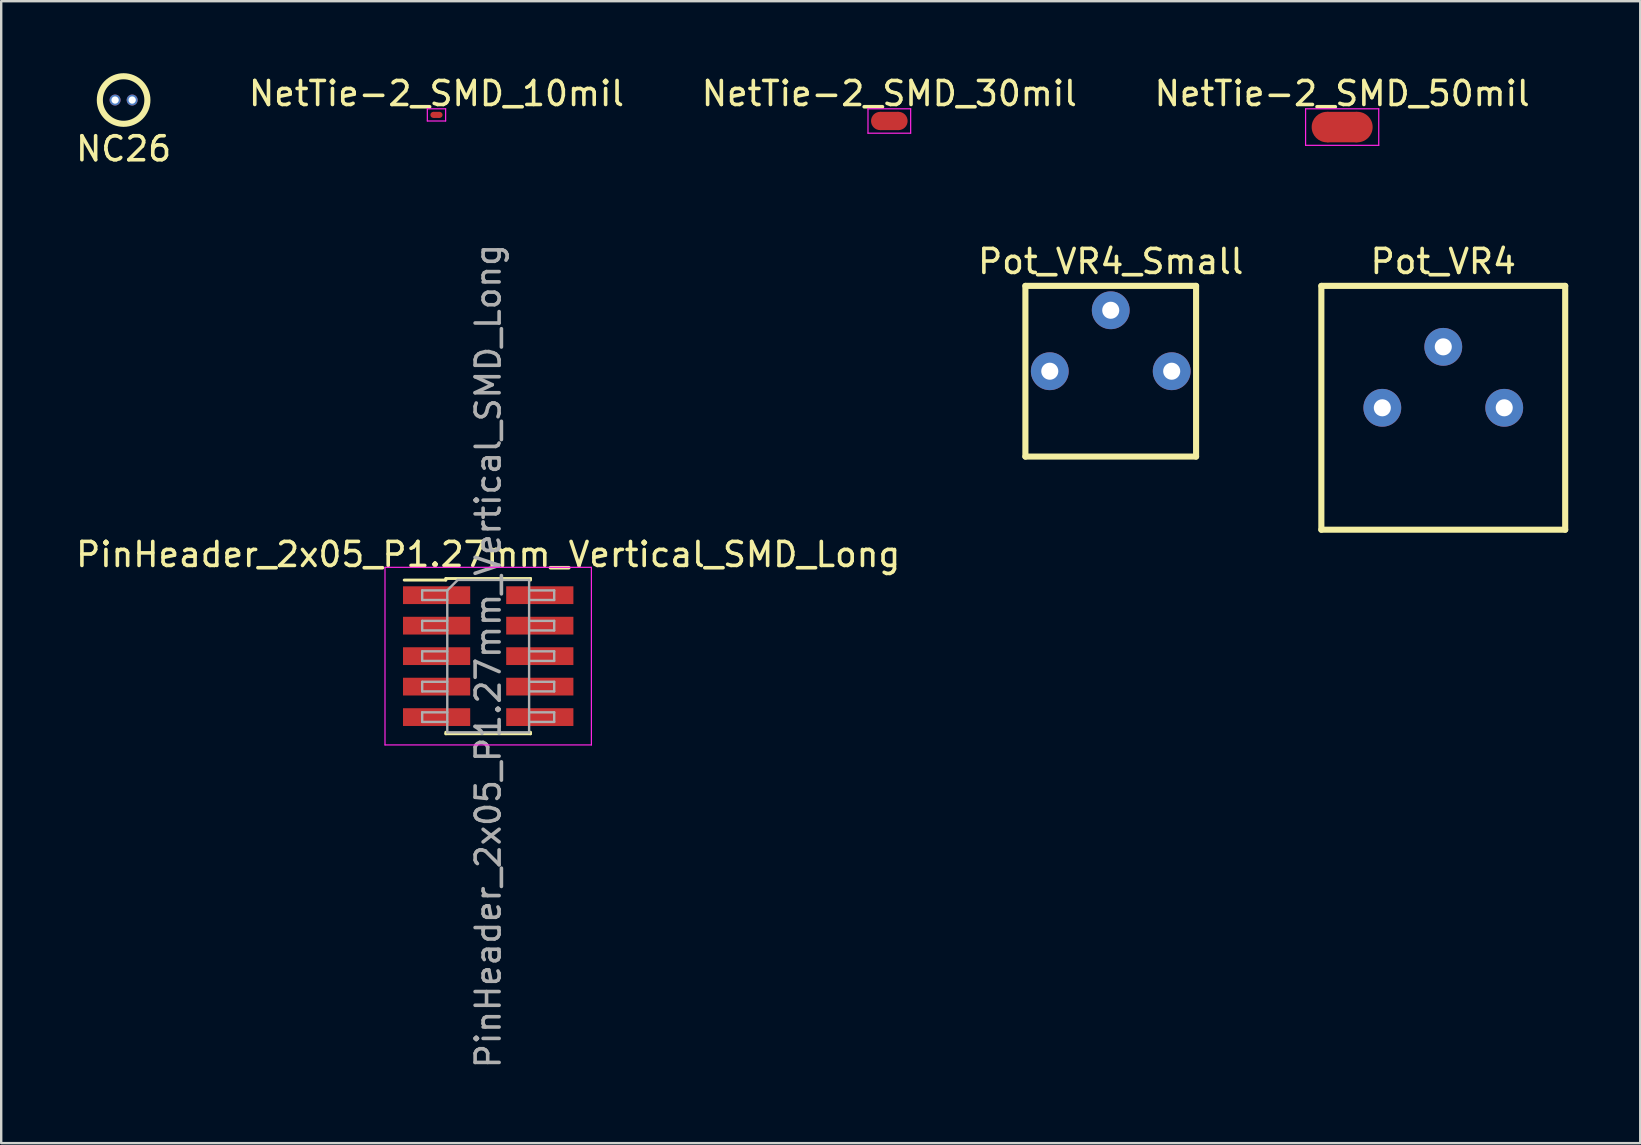
<source format=kicad_pcb>
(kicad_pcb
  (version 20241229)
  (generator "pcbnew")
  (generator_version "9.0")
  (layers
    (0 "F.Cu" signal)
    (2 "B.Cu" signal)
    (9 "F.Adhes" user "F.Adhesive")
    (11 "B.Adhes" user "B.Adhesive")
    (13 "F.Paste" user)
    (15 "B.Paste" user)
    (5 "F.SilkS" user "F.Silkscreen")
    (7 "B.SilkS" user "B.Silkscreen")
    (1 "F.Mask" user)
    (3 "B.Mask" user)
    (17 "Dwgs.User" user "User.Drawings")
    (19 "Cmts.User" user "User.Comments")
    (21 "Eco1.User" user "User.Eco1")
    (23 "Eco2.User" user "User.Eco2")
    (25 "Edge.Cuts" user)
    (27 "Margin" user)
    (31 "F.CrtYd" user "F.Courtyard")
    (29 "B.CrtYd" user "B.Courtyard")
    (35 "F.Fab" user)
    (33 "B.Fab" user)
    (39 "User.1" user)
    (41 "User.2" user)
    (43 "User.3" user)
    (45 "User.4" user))
  (footprint "Pot_VR4_Small"
    (layer "F.Cu")
    (at 43.232 12.418)
    (property "Reference" "Pot_VR4_Small" (at 0 -4.572 0) (layer "F.SilkS") (effects (font (size 1 1) (thickness 0.15))))
    (attr through_hole)
    (fp_line (start -3.556 -3.556) (end 3.556 -3.556) (stroke (width 0.254) (type solid)) (layer "F.SilkS"))
    (fp_line (start -3.556 3.556) (end -3.556 -3.556) (stroke (width 0.254) (type solid)) (layer "F.SilkS"))
    (fp_line (start -3.556 3.556) (end 3.556 3.556) (stroke (width 0.254) (type solid)) (layer "F.SilkS"))
    (fp_line (start 3.556 3.556) (end 3.556 -3.556) (stroke (width 0.254) (type solid)) (layer "F.SilkS"))
    (pad "1" thru_hole circle (at -2.54 0) (size 1.575 1.575) (drill 0.711) (layers "*.Cu" "*.Mask"))
    (pad "2" thru_hole circle (at 0 -2.54) (size 1.575 1.575) (drill 0.711) (layers "*.Cu" "*.Mask"))
    (pad "3" thru_hole circle (at 2.54 0) (size 1.575 1.575) (drill 0.711) (layers "*.Cu" "*.Mask")))
  (footprint "NetTie-2_SMD_30mil"
    (layer "F.Cu")
    (at 34.006 1.991)
    (property "Reference" "NetTie-2_SMD_30mil" (at 0 -1.143 0) (layer "F.SilkS") (effects (font (size 1 1) (thickness 0.15))))
    (attr exclude_from_pos_files exclude_from_bom)
    (fp_poly (pts (xy -0.381 -0.381) (xy 0.381 -0.381) (xy 0.381 0.381) (xy -0.381 0.381)) (stroke (width 0) (type solid)) (fill yes) (layer "F.Cu"))
    (fp_line (start -0.889 -0.508) (end 0.889 -0.508) (stroke (width 0.05) (type solid)) (layer "F.CrtYd"))
    (fp_line (start -0.889 0.508) (end -0.889 -0.508) (stroke (width 0.05) (type solid)) (layer "F.CrtYd"))
    (fp_line (start 0.889 -0.508) (end 0.889 0.508) (stroke (width 0.05) (type solid)) (layer "F.CrtYd"))
    (fp_line (start 0.889 0.508) (end -0.889 0.508) (stroke (width 0.05) (type solid)) (layer "F.CrtYd"))
    (pad "1" smd circle (at -0.381 0) (size 0.762 0.762) (layers "F.Cu"))
    (pad "2" smd circle (at 0.381 0) (size 0.762 0.762) (layers "F.Cu")))
  (footprint "NetTie-2_SMD_10mil"
    (layer "F.Cu")
    (at 15.137 1.737)
    (property "Reference" "NetTie-2_SMD_10mil" (at 0 -0.889 0) (layer "F.SilkS") (effects (font (size 1 1) (thickness 0.15))))
    (attr exclude_from_pos_files exclude_from_bom)
    (fp_poly (pts (xy -0.127 -0.127) (xy 0.127 -0.127) (xy 0.127 0.127) (xy -0.127 0.127)) (stroke (width 0) (type solid)) (fill yes) (layer "F.Cu"))
    (fp_line (start -0.381 -0.254) (end 0.381 -0.254) (stroke (width 0.05) (type solid)) (layer "F.CrtYd"))
    (fp_line (start -0.381 0.254) (end -0.381 -0.254) (stroke (width 0.05) (type solid)) (layer "F.CrtYd"))
    (fp_line (start 0.381 -0.254) (end 0.381 0.254) (stroke (width 0.05) (type solid)) (layer "F.CrtYd"))
    (fp_line (start 0.381 0.254) (end -0.381 0.254) (stroke (width 0.05) (type solid)) (layer "F.CrtYd"))
    (pad "1" smd circle (at -0.127 0) (size 0.254 0.254) (layers "F.Cu"))
    (pad "2" smd circle (at 0.127 0) (size 0.254 0.254) (layers "F.Cu")))
  (footprint "NC26"
    (layer "F.Cu")
    (at 2.101 1.118)
    (property "Reference" "NC26" (at 0 2.032 0) (layer "F.SilkS") (effects (font (size 1 1) (thickness 0.15))))
    (attr through_hole)
    (fp_circle (center 0 0) (end 0.991 0) (stroke (width 0.254) (type solid)) (fill no) (layer "F.SilkS"))
    (pad "1" thru_hole circle (at -0.356 0) (size 0.457 0.457) (drill 0.305) (layers "*.Cu" "*.Mask"))
    (pad "2" thru_hole circle (at 0.356 0) (size 0.457 0.457) (drill 0.305) (layers "*.Cu" "*.Mask")))
  (footprint "PinHeader_2x05_P1.27mm_Vertical_SMD_Long"
    (layer "F.Cu")
    (at 17.292 24.29)
    (property "Reference" "PinHeader_2x05_P1.27mm_Vertical_SMD_Long" (at 0 -4.235 0) (layer "F.SilkS") (effects (font (size 1 1) (thickness 0.15))))
    (attr smd)
    (fp_line (start -3.5 -3.17) (end -1.765 -3.17) (stroke (width 0.12) (type solid)) (layer "F.SilkS"))
    (fp_line (start -1.765 -3.235) (end -1.765 -3.17) (stroke (width 0.12) (type solid)) (layer "F.SilkS"))
    (fp_line (start -1.765 -3.235) (end 1.765 -3.235) (stroke (width 0.12) (type solid)) (layer "F.SilkS"))
    (fp_line (start -1.765 3.17) (end -1.765 3.235) (stroke (width 0.12) (type solid)) (layer "F.SilkS"))
    (fp_line (start -1.765 3.235) (end 1.765 3.235) (stroke (width 0.12) (type solid)) (layer "F.SilkS"))
    (fp_line (start 1.765 -3.235) (end 1.765 -3.17) (stroke (width 0.12) (type solid)) (layer "F.SilkS"))
    (fp_line (start 1.765 3.17) (end 1.765 3.235) (stroke (width 0.12) (type solid)) (layer "F.SilkS"))
    (fp_line (start -4.3 -3.7) (end -4.3 3.7) (stroke (width 0.05) (type solid)) (layer "F.CrtYd"))
    (fp_line (start -4.3 3.7) (end 4.3 3.7) (stroke (width 0.05) (type solid)) (layer "F.CrtYd"))
    (fp_line (start 4.3 -3.7) (end -4.3 -3.7) (stroke (width 0.05) (type solid)) (layer "F.CrtYd"))
    (fp_line (start 4.3 3.7) (end 4.3 -3.7) (stroke (width 0.05) (type solid)) (layer "F.CrtYd"))
    (fp_line (start -2.75 -2.74) (end -2.75 -2.34) (stroke (width 0.1) (type solid)) (layer "F.Fab"))
    (fp_line (start -2.75 -2.34) (end -1.705 -2.34) (stroke (width 0.1) (type solid)) (layer "F.Fab"))
    (fp_line (start -2.75 -1.47) (end -2.75 -1.07) (stroke (width 0.1) (type solid)) (layer "F.Fab"))
    (fp_line (start -2.75 -1.07) (end -1.705 -1.07) (stroke (width 0.1) (type solid)) (layer "F.Fab"))
    (fp_line (start -2.75 -0.2) (end -2.75 0.2) (stroke (width 0.1) (type solid)) (layer "F.Fab"))
    (fp_line (start -2.75 0.2) (end -1.705 0.2) (stroke (width 0.1) (type solid)) (layer "F.Fab"))
    (fp_line (start -2.75 1.07) (end -2.75 1.47) (stroke (width 0.1) (type solid)) (layer "F.Fab"))
    (fp_line (start -2.75 1.47) (end -1.705 1.47) (stroke (width 0.1) (type solid)) (layer "F.Fab"))
    (fp_line (start -2.75 2.34) (end -2.75 2.74) (stroke (width 0.1) (type solid)) (layer "F.Fab"))
    (fp_line (start -2.75 2.74) (end -1.705 2.74) (stroke (width 0.1) (type solid)) (layer "F.Fab"))
    (fp_line (start -1.705 -2.74) (end -2.75 -2.74) (stroke (width 0.1) (type solid)) (layer "F.Fab"))
    (fp_line (start -1.705 -2.74) (end -1.27 -3.175) (stroke (width 0.1) (type solid)) (layer "F.Fab"))
    (fp_line (start -1.705 -1.47) (end -2.75 -1.47) (stroke (width 0.1) (type solid)) (layer "F.Fab"))
    (fp_line (start -1.705 -0.2) (end -2.75 -0.2) (stroke (width 0.1) (type solid)) (layer "F.Fab"))
    (fp_line (start -1.705 1.07) (end -2.75 1.07) (stroke (width 0.1) (type solid)) (layer "F.Fab"))
    (fp_line (start -1.705 2.34) (end -2.75 2.34) (stroke (width 0.1) (type solid)) (layer "F.Fab"))
    (fp_line (start -1.705 3.175) (end -1.705 -2.74) (stroke (width 0.1) (type solid)) (layer "F.Fab"))
    (fp_line (start -1.27 -3.175) (end 1.705 -3.175) (stroke (width 0.1) (type solid)) (layer "F.Fab"))
    (fp_line (start 1.705 -3.175) (end 1.705 3.175) (stroke (width 0.1) (type solid)) (layer "F.Fab"))
    (fp_line (start 1.705 -2.74) (end 2.75 -2.74) (stroke (width 0.1) (type solid)) (layer "F.Fab"))
    (fp_line (start 1.705 -1.47) (end 2.75 -1.47) (stroke (width 0.1) (type solid)) (layer "F.Fab"))
    (fp_line (start 1.705 -0.2) (end 2.75 -0.2) (stroke (width 0.1) (type solid)) (layer "F.Fab"))
    (fp_line (start 1.705 1.07) (end 2.75 1.07) (stroke (width 0.1) (type solid)) (layer "F.Fab"))
    (fp_line (start 1.705 2.34) (end 2.75 2.34) (stroke (width 0.1) (type solid)) (layer "F.Fab"))
    (fp_line (start 1.705 3.175) (end -1.705 3.175) (stroke (width 0.1) (type solid)) (layer "F.Fab"))
    (fp_line (start 2.75 -2.74) (end 2.75 -2.34) (stroke (width 0.1) (type solid)) (layer "F.Fab"))
    (fp_line (start 2.75 -2.34) (end 1.705 -2.34) (stroke (width 0.1) (type solid)) (layer "F.Fab"))
    (fp_line (start 2.75 -1.47) (end 2.75 -1.07) (stroke (width 0.1) (type solid)) (layer "F.Fab"))
    (fp_line (start 2.75 -1.07) (end 1.705 -1.07) (stroke (width 0.1) (type solid)) (layer "F.Fab"))
    (fp_line (start 2.75 -0.2) (end 2.75 0.2) (stroke (width 0.1) (type solid)) (layer "F.Fab"))
    (fp_line (start 2.75 0.2) (end 1.705 0.2) (stroke (width 0.1) (type solid)) (layer "F.Fab"))
    (fp_line (start 2.75 1.07) (end 2.75 1.47) (stroke (width 0.1) (type solid)) (layer "F.Fab"))
    (fp_line (start 2.75 1.47) (end 1.705 1.47) (stroke (width 0.1) (type solid)) (layer "F.Fab"))
    (fp_line (start 2.75 2.34) (end 2.75 2.74) (stroke (width 0.1) (type solid)) (layer "F.Fab"))
    (fp_line (start 2.75 2.74) (end 1.705 2.74) (stroke (width 0.1) (type solid)) (layer "F.Fab"))
    (fp_text user "${REFERENCE}" (at 0 0 90) (layer "F.Fab") (effects (font (size 1 1) (thickness 0.15))))
    (pad "1" smd rect (at -2.15 -2.54) (size 2.8 0.74) (layers "F.Cu" "F.Mask" "F.Paste"))
    (pad "2" smd rect (at 2.15 -2.54) (size 2.8 0.74) (layers "F.Cu" "F.Mask" "F.Paste"))
    (pad "3" smd rect (at -2.15 -1.27) (size 2.8 0.74) (layers "F.Cu" "F.Mask" "F.Paste"))
    (pad "4" smd rect (at 2.15 -1.27) (size 2.8 0.74) (layers "F.Cu" "F.Mask" "F.Paste"))
    (pad "5" smd rect (at -2.15 0) (size 2.8 0.74) (layers "F.Cu" "F.Mask" "F.Paste"))
    (pad "6" smd rect (at 2.15 0) (size 2.8 0.74) (layers "F.Cu" "F.Mask" "F.Paste"))
    (pad "7" smd rect (at -2.15 1.27) (size 2.8 0.74) (layers "F.Cu" "F.Mask" "F.Paste"))
    (pad "8" smd rect (at 2.15 1.27) (size 2.8 0.74) (layers "F.Cu" "F.Mask" "F.Paste"))
    (pad "9" smd rect (at -2.15 2.54) (size 2.8 0.74) (layers "F.Cu" "F.Mask" "F.Paste"))
    (pad "10" smd rect (at 2.15 2.54) (size 2.8 0.74) (layers "F.Cu" "F.Mask" "F.Paste")))
  (footprint "Pot_VR4"
    (layer "F.Cu")
    (at 57.088 13.942)
    (property "Reference" "Pot_VR4" (at 0 -6.096 0) (layer "F.SilkS") (effects (font (size 1 1) (thickness 0.15))))
    (attr through_hole)
    (fp_line (start -5.08 -5.08) (end 5.08 -5.08) (stroke (width 0.254) (type solid)) (layer "F.SilkS"))
    (fp_line (start -5.08 5.08) (end -5.08 -5.08) (stroke (width 0.254) (type solid)) (layer "F.SilkS"))
    (fp_line (start -5.08 5.08) (end 5.08 5.08) (stroke (width 0.254) (type solid)) (layer "F.SilkS"))
    (fp_line (start 5.08 5.08) (end 5.08 -5.08) (stroke (width 0.254) (type solid)) (layer "F.SilkS"))
    (pad "1" thru_hole circle (at -2.54 0) (size 1.575 1.575) (drill 0.711) (layers "*.Cu" "*.Mask"))
    (pad "2" thru_hole circle (at 0 -2.54) (size 1.575 1.575) (drill 0.711) (layers "*.Cu" "*.Mask"))
    (pad "3" thru_hole circle (at 2.54 0) (size 1.575 1.575) (drill 0.711) (layers "*.Cu" "*.Mask")))
  (footprint "NetTie-2_SMD_50mil"
    (layer "F.Cu")
    (at 52.875 2.245)
    (property "Reference" "NetTie-2_SMD_50mil" (at 0 -1.397 0) (layer "F.SilkS") (effects (font (size 1 1) (thickness 0.15))))
    (attr exclude_from_pos_files exclude_from_bom)
    (fp_poly (pts (xy -0.635 -0.635) (xy 0.635 -0.635) (xy 0.635 0.635) (xy -0.635 0.635)) (stroke (width 0) (type solid)) (fill yes) (layer "F.Cu"))
    (fp_line (start -1.524 -0.762) (end 1.524 -0.762) (stroke (width 0.05) (type solid)) (layer "F.CrtYd"))
    (fp_line (start -1.524 0.762) (end -1.524 -0.762) (stroke (width 0.05) (type solid)) (layer "F.CrtYd"))
    (fp_line (start 1.524 -0.762) (end 1.524 0.762) (stroke (width 0.05) (type solid)) (layer "F.CrtYd"))
    (fp_line (start 1.524 0.762) (end -1.524 0.762) (stroke (width 0.05) (type solid)) (layer "F.CrtYd"))
    (pad "1" smd circle (at -0.635 0) (size 1.27 1.27) (layers "F.Cu"))
    (pad "2" smd circle (at 0.635 0) (size 1.27 1.27) (layers "F.Cu")))
  (gr_rect
    (start -3 -3)
    (end 65.295 44.581)
    (stroke (width 0.1) (type default))
    (fill no)
    (layer "Edge.Cuts")))
</source>
